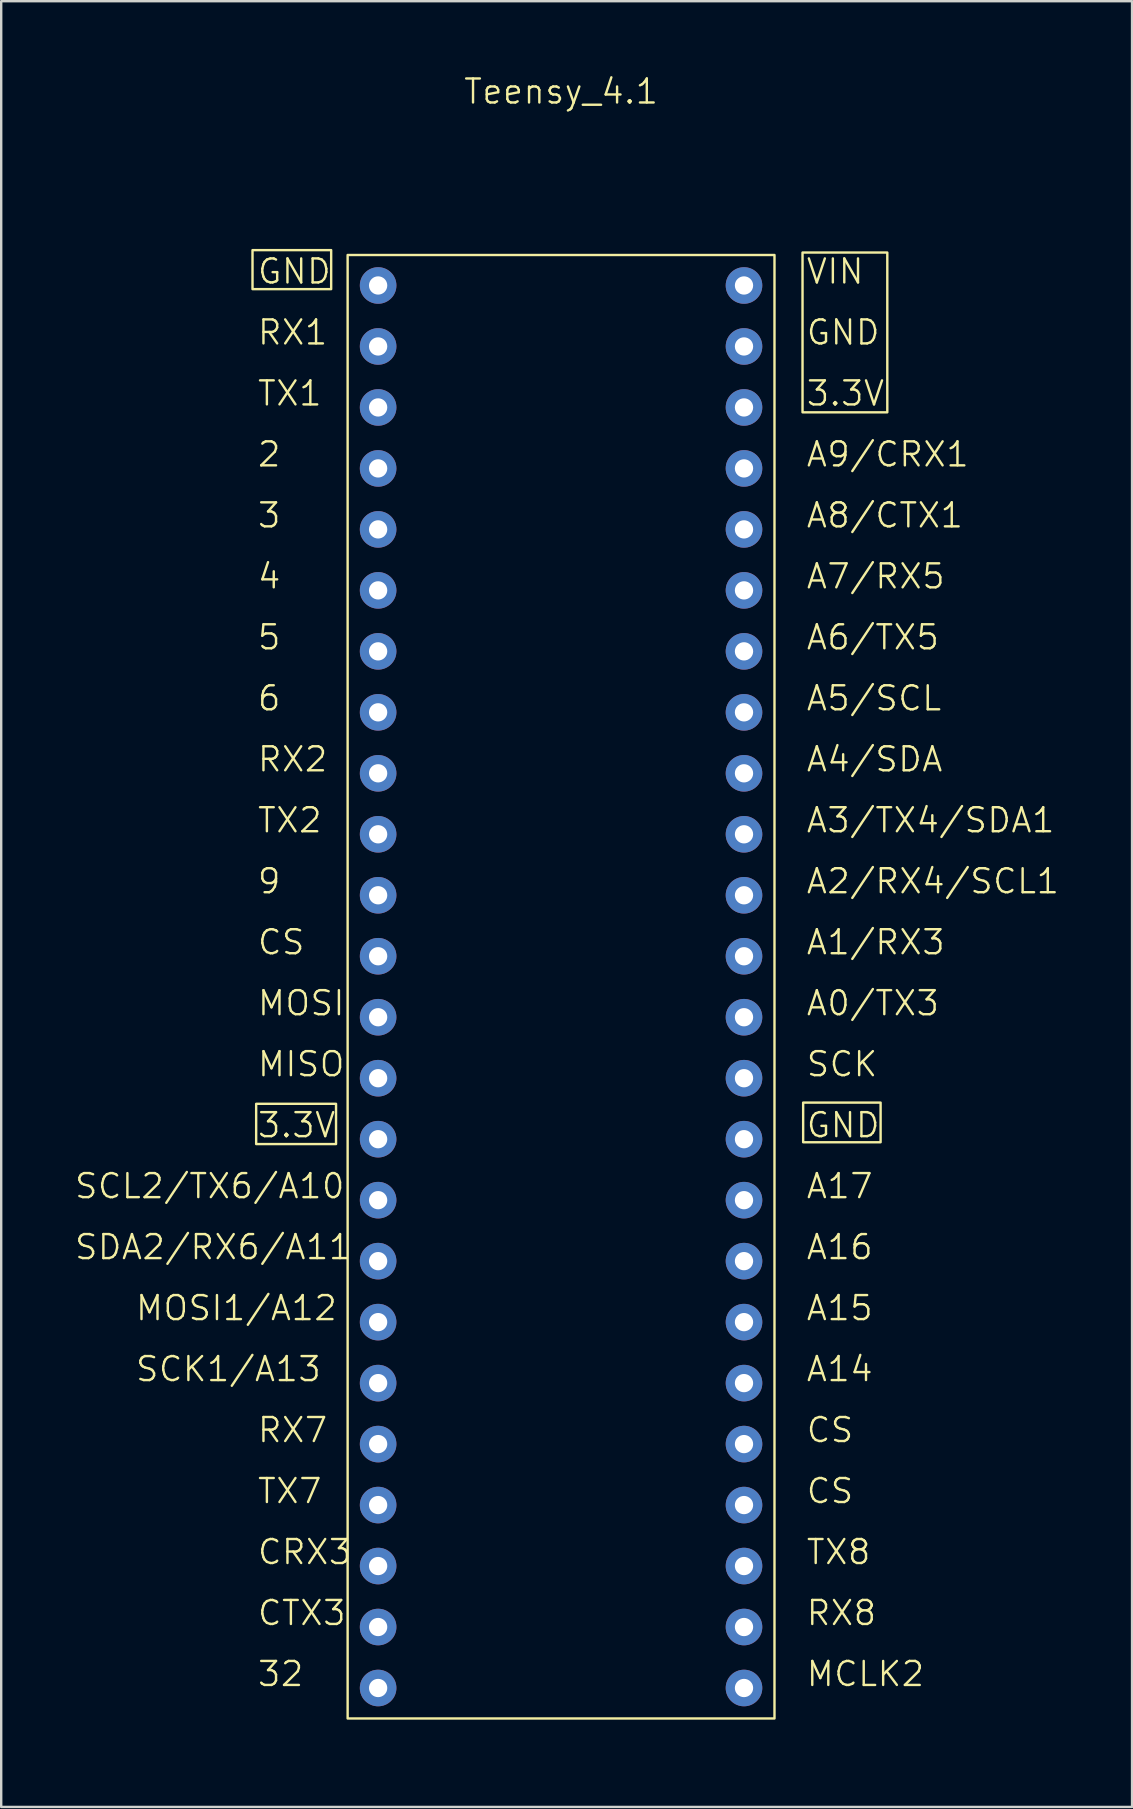
<source format=kicad_pcb>
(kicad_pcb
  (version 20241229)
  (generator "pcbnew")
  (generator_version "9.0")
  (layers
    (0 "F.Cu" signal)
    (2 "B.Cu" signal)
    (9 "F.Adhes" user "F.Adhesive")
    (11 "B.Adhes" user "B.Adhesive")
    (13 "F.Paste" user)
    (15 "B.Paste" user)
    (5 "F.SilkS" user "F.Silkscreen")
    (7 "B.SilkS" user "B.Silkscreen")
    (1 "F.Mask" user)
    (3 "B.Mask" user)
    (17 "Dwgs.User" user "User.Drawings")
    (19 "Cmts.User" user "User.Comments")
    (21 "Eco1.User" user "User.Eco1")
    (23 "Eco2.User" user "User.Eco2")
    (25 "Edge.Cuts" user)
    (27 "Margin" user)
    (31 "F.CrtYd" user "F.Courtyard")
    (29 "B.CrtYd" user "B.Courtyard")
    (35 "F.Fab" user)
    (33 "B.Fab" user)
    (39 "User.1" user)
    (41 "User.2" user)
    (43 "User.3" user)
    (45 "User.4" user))
  (footprint "Teensy_4.1"
    (layer "F.Cu")
    (at 20.32 36.781)
    (property "Reference" "Teensy_4.1" (at 0 -36.02 0) (unlocked yes) (layer "F.SilkS") (effects (font (size 1 1) (thickness 0.1))))
    (attr through_hole)
    (fp_rect (start -12.852 -29.413) (end -9.576 -27.788) (stroke (width 0.1) (type default)) (fill no) (layer "F.SilkS"))
    (fp_rect (start -12.7 6.147) (end -9.373 7.823) (stroke (width 0.1) (type default)) (fill no) (layer "F.SilkS"))
    (fp_rect (start -8.89 -29.21) (end 8.89 31.75) (stroke (width 0.1) (type default)) (fill no) (layer "F.SilkS"))
    (fp_rect (start 10.058 -29.312) (end 13.589 -22.657) (stroke (width 0.1) (type default)) (fill no) (layer "F.SilkS"))
    (fp_rect (start 10.084 6.096) (end 13.31 7.747) (stroke (width 0.1) (type default)) (fill no) (layer "F.SilkS"))
    (fp_rect (start -9.525 -29.845) (end 9.525 32.385) (stroke (width 0.1) (type default)) (fill no) (layer "Margin"))
    (fp_text user "9" (at -12.7 -2.54 0) (unlocked yes) (layer "F.SilkS") (effects (font (size 1 1) (thickness 0.1)) (justify left bottom)))
    (fp_text user "MCLK2" (at 10.16 30.48 0) (unlocked yes) (layer "F.SilkS") (effects (font (size 1 1) (thickness 0.1)) (justify left bottom)))
    (fp_text user "MOSI" (at -12.7 2.54 0) (unlocked yes) (layer "F.SilkS") (effects (font (size 1 1) (thickness 0.1)) (justify left bottom)))
    (fp_text user "TX8" (at 10.16 25.4 0) (unlocked yes) (layer "F.SilkS") (effects (font (size 1 1) (thickness 0.1)) (justify left bottom)))
    (fp_text user "A7/RX5" (at 10.16 -15.24 0) (unlocked yes) (layer "F.SilkS") (effects (font (size 1 1) (thickness 0.1)) (justify left bottom)))
    (fp_text user "A5/SCL" (at 10.16 -10.16 0) (unlocked yes) (layer "F.SilkS") (effects (font (size 1 1) (thickness 0.1)) (justify left bottom)))
    (fp_text user "6" (at -12.7 -10.16 0) (unlocked yes) (layer "F.SilkS") (effects (font (size 1 1) (thickness 0.1)) (justify left bottom)))
    (fp_text user "A4/SDA" (at 10.16 -7.62 0) (unlocked yes) (layer "F.SilkS") (effects (font (size 1 1) (thickness 0.1)) (justify left bottom)))
    (fp_text user "SCL2/TX6/A10" (at -20.32 10.16 0) (unlocked yes) (layer "F.SilkS") (effects (font (size 1 1) (thickness 0.1)) (justify left bottom)))
    (fp_text user "GND" (at 10.16 7.62 0) (unlocked yes) (layer "F.SilkS") (effects (font (size 1 1) (thickness 0.1)) (justify left bottom)))
    (fp_text user "GND" (at -12.7 -27.94 0) (unlocked yes) (layer "F.SilkS") (effects (font (size 1 1) (thickness 0.1)) (justify left bottom)))
    (fp_text user "SCK" (at 10.16 5.08 0) (unlocked yes) (layer "F.SilkS") (effects (font (size 1 1) (thickness 0.1)) (justify left bottom)))
    (fp_text user "A9/CRX1" (at 10.16 -20.32 0) (unlocked yes) (layer "F.SilkS") (effects (font (size 1 1) (thickness 0.1)) (justify left bottom)))
    (fp_text user "3.3V" (at -12.7 7.62 0) (unlocked yes) (layer "F.SilkS") (effects (font (size 1 1) (thickness 0.1)) (justify left bottom)))
    (fp_text user "CRX3" (at -12.7 25.4 0) (unlocked yes) (layer "F.SilkS") (effects (font (size 1 1) (thickness 0.1)) (justify left bottom)))
    (fp_text user "TX1" (at -12.7 -22.86 0) (unlocked yes) (layer "F.SilkS") (effects (font (size 1 1) (thickness 0.1)) (justify left bottom)))
    (fp_text user "TX2" (at -12.7 -5.08 0) (unlocked yes) (layer "F.SilkS") (effects (font (size 1 1) (thickness 0.1)) (justify left bottom)))
    (fp_text user "MOSI1/A12" (at -17.78 15.24 0) (unlocked yes) (layer "F.SilkS") (effects (font (size 1 1) (thickness 0.1)) (justify left bottom)))
    (fp_text user "GND" (at 10.16 -25.4 0) (unlocked yes) (layer "F.SilkS") (effects (font (size 1 1) (thickness 0.1)) (justify left bottom)))
    (fp_text user "MISO" (at -12.7 5.08 0) (unlocked yes) (layer "F.SilkS") (effects (font (size 1 1) (thickness 0.1)) (justify left bottom)))
    (fp_text user "VIN" (at 10.16 -27.94 0) (unlocked yes) (layer "F.SilkS") (effects (font (size 1 1) (thickness 0.1)) (justify left bottom)))
    (fp_text user "CTX3" (at -12.7 27.94 0) (unlocked yes) (layer "F.SilkS") (effects (font (size 1 1) (thickness 0.1)) (justify left bottom)))
    (fp_text user "3.3V" (at 10.16 -22.86 0) (unlocked yes) (layer "F.SilkS") (effects (font (size 1 1) (thickness 0.1)) (justify left bottom)))
    (fp_text user "A6/TX5" (at 10.16 -12.7 0) (unlocked yes) (layer "F.SilkS") (effects (font (size 1 1) (thickness 0.1)) (justify left bottom)))
    (fp_text user "A14" (at 10.16 17.78 0) (unlocked yes) (layer "F.SilkS") (effects (font (size 1 1) (thickness 0.1)) (justify left bottom)))
    (fp_text user "RX1" (at -12.7 -25.4 0) (unlocked yes) (layer "F.SilkS") (effects (font (size 1 1) (thickness 0.1)) (justify left bottom)))
    (fp_text user "A1/RX3" (at 10.16 0 0) (unlocked yes) (layer "F.SilkS") (effects (font (size 1 1) (thickness 0.1)) (justify left bottom)))
    (fp_text user "RX7" (at -12.7 20.32 0) (unlocked yes) (layer "F.SilkS") (effects (font (size 1 1) (thickness 0.1)) (justify left bottom)))
    (fp_text user "CS" (at -12.7 0 0) (unlocked yes) (layer "F.SilkS") (effects (font (size 1 1) (thickness 0.1)) (justify left bottom)))
    (fp_text user "A3/TX4/SDA1" (at 10.16 -5.08 0) (unlocked yes) (layer "F.SilkS") (effects (font (size 1 1) (thickness 0.1)) (justify left bottom)))
    (fp_text user "32" (at -12.7 30.48 0) (unlocked yes) (layer "F.SilkS") (effects (font (size 1 1) (thickness 0.1)) (justify left bottom)))
    (fp_text user "4" (at -12.7 -15.24 0) (unlocked yes) (layer "F.SilkS") (effects (font (size 1 1) (thickness 0.1)) (justify left bottom)))
    (fp_text user "3" (at -12.7 -17.78 0) (unlocked yes) (layer "F.SilkS") (effects (font (size 1 1) (thickness 0.1)) (justify left bottom)))
    (fp_text user "CS" (at 10.16 20.32 0) (unlocked yes) (layer "F.SilkS") (effects (font (size 1 1) (thickness 0.1)) (justify left bottom)))
    (fp_text user "A2/RX4/SCL1" (at 10.16 -2.54 0) (unlocked yes) (layer "F.SilkS") (effects (font (size 1 1) (thickness 0.1)) (justify left bottom)))
    (fp_text user "A0/TX3" (at 10.16 2.54 0) (unlocked yes) (layer "F.SilkS") (effects (font (size 1 1) (thickness 0.1)) (justify left bottom)))
    (fp_text user "A8/CTX1" (at 10.16 -17.78 0) (unlocked yes) (layer "F.SilkS") (effects (font (size 1 1) (thickness 0.1)) (justify left bottom)))
    (fp_text user "A15" (at 10.16 15.24 0) (unlocked yes) (layer "F.SilkS") (effects (font (size 1 1) (thickness 0.1)) (justify left bottom)))
    (fp_text user "RX8" (at 10.16 27.94 0) (unlocked yes) (layer "F.SilkS") (effects (font (size 1 1) (thickness 0.1)) (justify left bottom)))
    (fp_text user "RX2" (at -12.7 -7.62 0) (unlocked yes) (layer "F.SilkS") (effects (font (size 1 1) (thickness 0.1)) (justify left bottom)))
    (fp_text user "TX7" (at -12.7 22.86 0) (unlocked yes) (layer "F.SilkS") (effects (font (size 1 1) (thickness 0.1)) (justify left bottom)))
    (fp_text user "A17" (at 10.16 10.16 0) (unlocked yes) (layer "F.SilkS") (effects (font (size 1 1) (thickness 0.1)) (justify left bottom)))
    (fp_text user "SDA2/RX6/A11" (at -20.32 12.7 0) (unlocked yes) (layer "F.SilkS") (effects (font (size 1 1) (thickness 0.1)) (justify left bottom)))
    (fp_text user "SCK1/A13" (at -17.78 17.78 0) (unlocked yes) (layer "F.SilkS") (effects (font (size 1 1) (thickness 0.1)) (justify left bottom)))
    (fp_text user "A16" (at 10.16 12.7 0) (unlocked yes) (layer "F.SilkS") (effects (font (size 1 1) (thickness 0.1)) (justify left bottom)))
    (fp_text user "CS" (at 10.16 22.86 0) (unlocked yes) (layer "F.SilkS") (effects (font (size 1 1) (thickness 0.1)) (justify left bottom)))
    (fp_text user "2" (at -12.7 -20.32 0) (unlocked yes) (layer "F.SilkS") (effects (font (size 1 1) (thickness 0.1)) (justify left bottom)))
    (fp_text user "5" (at -12.7 -12.7 0) (unlocked yes) (layer "F.SilkS") (effects (font (size 1 1) (thickness 0.1)) (justify left bottom)))
    (pad "1" thru_hole circle (at -7.62 -27.94) (size 1.524 1.524) (drill 0.762) (layers "*.Cu" "*.Mask"))
    (pad "2" thru_hole circle (at -7.62 -25.4) (size 1.524 1.524) (drill 0.762) (layers "*.Cu" "*.Mask"))
    (pad "3" thru_hole circle (at -7.62 -22.86) (size 1.524 1.524) (drill 0.762) (layers "*.Cu" "*.Mask"))
    (pad "4" thru_hole circle (at -7.62 -20.32) (size 1.524 1.524) (drill 0.762) (layers "*.Cu" "*.Mask"))
    (pad "5" thru_hole circle (at -7.62 -17.78) (size 1.524 1.524) (drill 0.762) (layers "*.Cu" "*.Mask"))
    (pad "6" thru_hole circle (at -7.62 -15.24) (size 1.524 1.524) (drill 0.762) (layers "*.Cu" "*.Mask"))
    (pad "7" thru_hole circle (at -7.62 -12.7) (size 1.524 1.524) (drill 0.762) (layers "*.Cu" "*.Mask"))
    (pad "8" thru_hole circle (at -7.62 -10.16) (size 1.524 1.524) (drill 0.762) (layers "*.Cu" "*.Mask"))
    (pad "9" thru_hole circle (at -7.62 -7.62) (size 1.524 1.524) (drill 0.762) (layers "*.Cu" "*.Mask"))
    (pad "10" thru_hole circle (at -7.62 -5.08) (size 1.524 1.524) (drill 0.762) (layers "*.Cu" "*.Mask"))
    (pad "11" thru_hole circle (at -7.62 -2.54) (size 1.524 1.524) (drill 0.762) (layers "*.Cu" "*.Mask"))
    (pad "12" thru_hole circle (at -7.62 0) (size 1.524 1.524) (drill 0.762) (layers "*.Cu" "*.Mask"))
    (pad "13" thru_hole circle (at -7.62 2.54) (size 1.524 1.524) (drill 0.762) (layers "*.Cu" "*.Mask"))
    (pad "14" thru_hole circle (at -7.62 5.08) (size 1.524 1.524) (drill 0.762) (layers "*.Cu" "*.Mask"))
    (pad "15" thru_hole circle (at -7.62 7.62) (size 1.524 1.524) (drill 0.762) (layers "*.Cu" "*.Mask"))
    (pad "16" thru_hole circle (at -7.62 10.16) (size 1.524 1.524) (drill 0.762) (layers "*.Cu" "*.Mask"))
    (pad "17" thru_hole circle (at -7.62 12.7) (size 1.524 1.524) (drill 0.762) (layers "*.Cu" "*.Mask"))
    (pad "18" thru_hole circle (at -7.62 15.24) (size 1.524 1.524) (drill 0.762) (layers "*.Cu" "*.Mask"))
    (pad "19" thru_hole circle (at -7.62 17.78) (size 1.524 1.524) (drill 0.762) (layers "*.Cu" "*.Mask"))
    (pad "20" thru_hole circle (at -7.62 20.32) (size 1.524 1.524) (drill 0.762) (layers "*.Cu" "*.Mask"))
    (pad "21" thru_hole circle (at -7.62 22.86) (size 1.524 1.524) (drill 0.762) (layers "*.Cu" "*.Mask"))
    (pad "22" thru_hole circle (at -7.62 25.4) (size 1.524 1.524) (drill 0.762) (layers "*.Cu" "*.Mask"))
    (pad "23" thru_hole circle (at -7.62 27.94) (size 1.524 1.524) (drill 0.762) (layers "*.Cu" "*.Mask"))
    (pad "24" thru_hole circle (at -7.62 30.48) (size 1.524 1.524) (drill 0.762) (layers "*.Cu" "*.Mask"))
    (pad "25" thru_hole circle (at 7.62 30.48) (size 1.524 1.524) (drill 0.762) (layers "*.Cu" "*.Mask"))
    (pad "26" thru_hole circle (at 7.62 27.94) (size 1.524 1.524) (drill 0.762) (layers "*.Cu" "*.Mask"))
    (pad "27" thru_hole circle (at 7.62 25.4) (size 1.524 1.524) (drill 0.762) (layers "*.Cu" "*.Mask"))
    (pad "28" thru_hole circle (at 7.62 22.86) (size 1.524 1.524) (drill 0.762) (layers "*.Cu" "*.Mask"))
    (pad "29" thru_hole circle (at 7.62 20.32) (size 1.524 1.524) (drill 0.762) (layers "*.Cu" "*.Mask"))
    (pad "30" thru_hole circle (at 7.62 17.78) (size 1.524 1.524) (drill 0.762) (layers "*.Cu" "*.Mask"))
    (pad "31" thru_hole circle (at 7.62 15.24) (size 1.524 1.524) (drill 0.762) (layers "*.Cu" "*.Mask"))
    (pad "32" thru_hole circle (at 7.62 12.7) (size 1.524 1.524) (drill 0.762) (layers "*.Cu" "*.Mask"))
    (pad "33" thru_hole circle (at 7.62 10.16) (size 1.524 1.524) (drill 0.762) (layers "*.Cu" "*.Mask"))
    (pad "34" thru_hole circle (at 7.62 7.62) (size 1.524 1.524) (drill 0.762) (layers "*.Cu" "*.Mask"))
    (pad "35" thru_hole circle (at 7.62 5.08) (size 1.524 1.524) (drill 0.762) (layers "*.Cu" "*.Mask"))
    (pad "36" thru_hole circle (at 7.62 2.54) (size 1.524 1.524) (drill 0.762) (layers "*.Cu" "*.Mask"))
    (pad "37" thru_hole circle (at 7.62 0) (size 1.524 1.524) (drill 0.762) (layers "*.Cu" "*.Mask"))
    (pad "38" thru_hole circle (at 7.62 -2.54) (size 1.524 1.524) (drill 0.762) (layers "*.Cu" "*.Mask"))
    (pad "39" thru_hole circle (at 7.62 -5.08) (size 1.524 1.524) (drill 0.762) (layers "*.Cu" "*.Mask"))
    (pad "40" thru_hole circle (at 7.62 -7.62) (size 1.524 1.524) (drill 0.762) (layers "*.Cu" "*.Mask"))
    (pad "41" thru_hole circle (at 7.62 -10.16) (size 1.524 1.524) (drill 0.762) (layers "*.Cu" "*.Mask"))
    (pad "42" thru_hole circle (at 7.62 -12.7) (size 1.524 1.524) (drill 0.762) (layers "*.Cu" "*.Mask"))
    (pad "43" thru_hole circle (at 7.62 -15.24) (size 1.524 1.524) (drill 0.762) (layers "*.Cu" "*.Mask"))
    (pad "44" thru_hole circle (at 7.62 -17.78) (size 1.524 1.524) (drill 0.762) (layers "*.Cu" "*.Mask"))
    (pad "45" thru_hole circle (at 7.62 -20.32) (size 1.524 1.524) (drill 0.762) (layers "*.Cu" "*.Mask"))
    (pad "46" thru_hole circle (at 7.62 -22.86) (size 1.524 1.524) (drill 0.762) (layers "*.Cu" "*.Mask"))
    (pad "47" thru_hole circle (at 7.62 -25.4) (size 1.524 1.524) (drill 0.762) (layers "*.Cu" "*.Mask"))
    (pad "48" thru_hole circle (at 7.62 -27.94) (size 1.524 1.524) (drill 0.762) (layers "*.Cu" "*.Mask")))
  (gr_rect
    (start -3 -3)
    (end 44.104 72.216)
    (stroke (width 0.1) (type default))
    (fill no)
    (layer "Edge.Cuts")))
</source>
